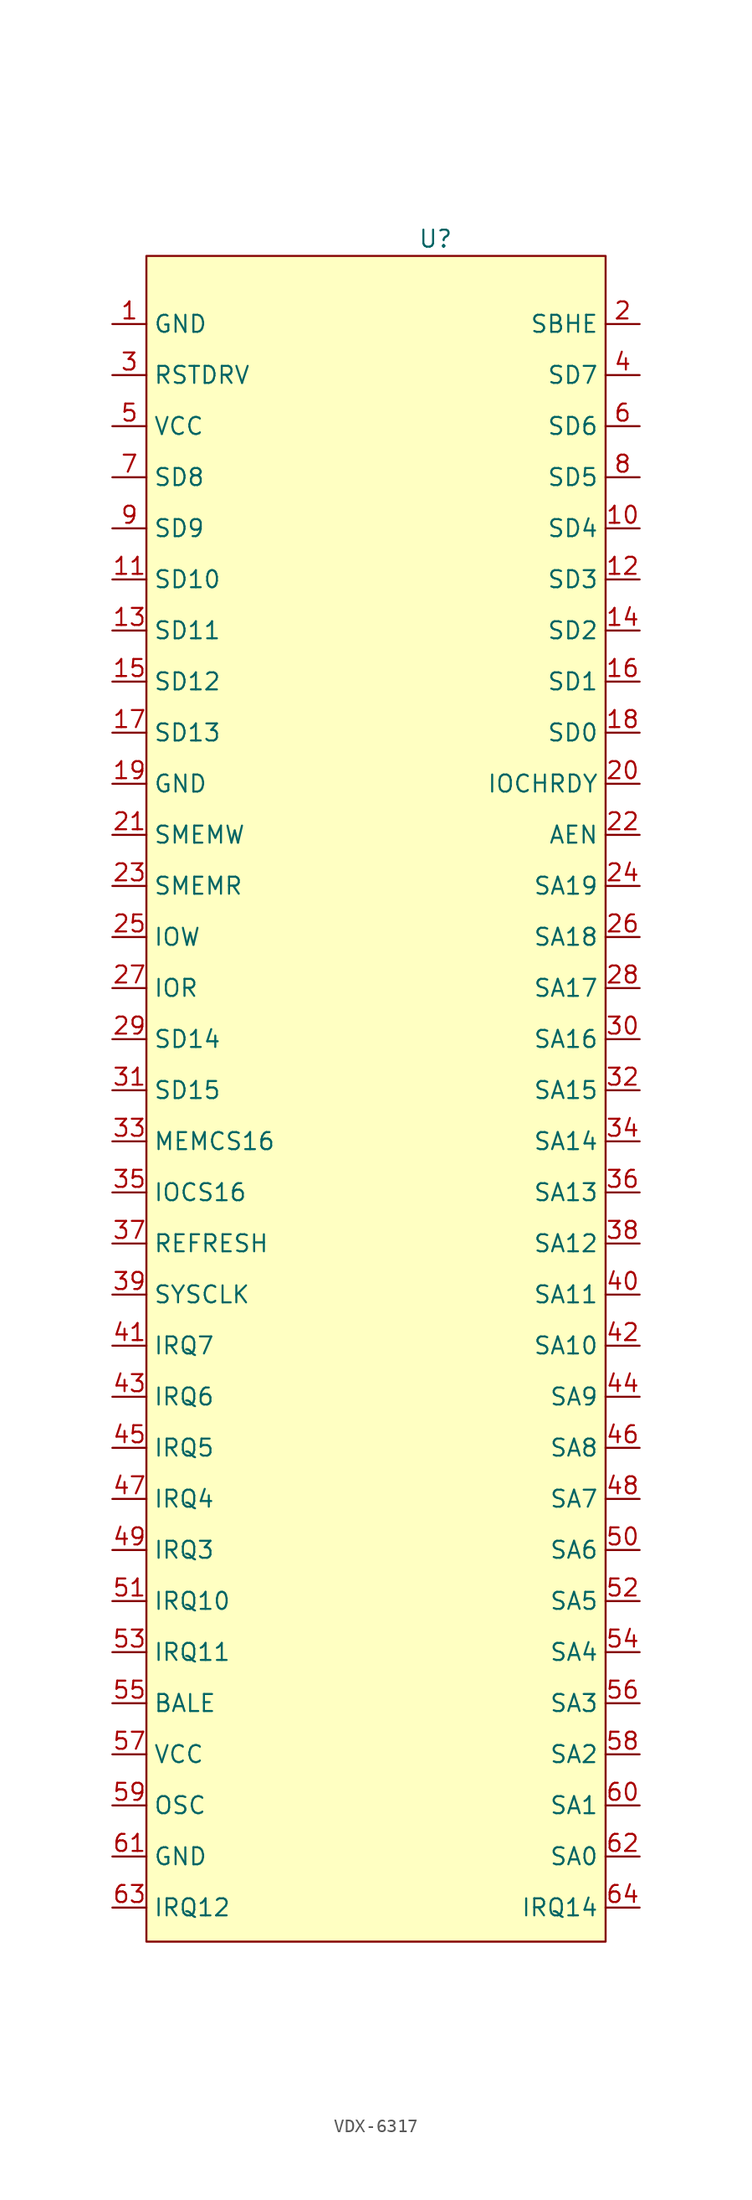
<source format=kicad_sym>
(kicad_symbol_lib
  (version 20220914)
  (generator kicad_symbol_editor)
  (symbol "VDX-6317"
    (property "Reference" "U"
      (at 5.08 58.42 0)
      (effects (font (size 1.27 1.27))))
    (property "Value" ""
      (at 20.32 54.61 0)
      (effects (font (size 1.27 1.27))))
    (symbol "VDX-6317_0_0"
      (pin unspecified line (at -19.05 52.07 0) (length 2.54) (name "GND" (effects (font (size 1.27 1.27)))) (number "1" (effects (font (size 1.27 1.27)))))
      (pin unspecified line (at 20.32 36.83 180) (length 2.54) (name "SD4" (effects (font (size 1.27 1.27)))) (number "10" (effects (font (size 1.27 1.27)))))
      (pin unspecified line (at -19.05 33.02 0) (length 2.54) (name "SD10" (effects (font (size 1.27 1.27)))) (number "11" (effects (font (size 1.27 1.27)))))
      (pin unspecified line (at 20.32 33.02 180) (length 2.54) (name "SD3" (effects (font (size 1.27 1.27)))) (number "12" (effects (font (size 1.27 1.27)))))
      (pin unspecified line (at -19.05 29.21 0) (length 2.54) (name "SD11" (effects (font (size 1.27 1.27)))) (number "13" (effects (font (size 1.27 1.27)))))
      (pin unspecified line (at 20.32 29.21 180) (length 2.54) (name "SD2" (effects (font (size 1.27 1.27)))) (number "14" (effects (font (size 1.27 1.27)))))
      (pin unspecified line (at -19.05 25.4 0) (length 2.54) (name "SD12" (effects (font (size 1.27 1.27)))) (number "15" (effects (font (size 1.27 1.27)))))
      (pin unspecified line (at 20.32 25.4 180) (length 2.54) (name "SD1" (effects (font (size 1.27 1.27)))) (number "16" (effects (font (size 1.27 1.27)))))
      (pin unspecified line (at -19.05 21.59 0) (length 2.54) (name "SD13" (effects (font (size 1.27 1.27)))) (number "17" (effects (font (size 1.27 1.27)))))
      (pin unspecified line (at 20.32 21.59 180) (length 2.54) (name "SD0" (effects (font (size 1.27 1.27)))) (number "18" (effects (font (size 1.27 1.27)))))
      (pin unspecified line (at -19.05 17.78 0) (length 2.54) (name "GND" (effects (font (size 1.27 1.27)))) (number "19" (effects (font (size 1.27 1.27)))))
      (pin unspecified line (at 20.32 52.07 180) (length 2.54) (name "SBHE" (effects (font (size 1.27 1.27)))) (number "2" (effects (font (size 1.27 1.27)))))
      (pin unspecified line (at 20.32 17.78 180) (length 2.54) (name "IOCHRDY" (effects (font (size 1.27 1.27)))) (number "20" (effects (font (size 1.27 1.27)))))
      (pin unspecified line (at -19.05 13.97 0) (length 2.54) (name "SMEMW" (effects (font (size 1.27 1.27)))) (number "21" (effects (font (size 1.27 1.27)))))
      (pin unspecified line (at 20.32 13.97 180) (length 2.54) (name "AEN" (effects (font (size 1.27 1.27)))) (number "22" (effects (font (size 1.27 1.27)))))
      (pin unspecified line (at -19.05 10.16 0) (length 2.54) (name "SMEMR" (effects (font (size 1.27 1.27)))) (number "23" (effects (font (size 1.27 1.27)))))
      (pin unspecified line (at 20.32 10.16 180) (length 2.54) (name "SA19" (effects (font (size 1.27 1.27)))) (number "24" (effects (font (size 1.27 1.27)))))
      (pin unspecified line (at -19.05 6.35 0) (length 2.54) (name "IOW" (effects (font (size 1.27 1.27)))) (number "25" (effects (font (size 1.27 1.27)))))
      (pin unspecified line (at 20.32 6.35 180) (length 2.54) (name "SA18" (effects (font (size 1.27 1.27)))) (number "26" (effects (font (size 1.27 1.27)))))
      (pin unspecified line (at -19.05 2.54 0) (length 2.54) (name "IOR" (effects (font (size 1.27 1.27)))) (number "27" (effects (font (size 1.27 1.27)))))
      (pin unspecified line (at 20.32 2.54 180) (length 2.54) (name "SA17" (effects (font (size 1.27 1.27)))) (number "28" (effects (font (size 1.27 1.27)))))
      (pin unspecified line (at -19.05 -1.27 0) (length 2.54) (name "SD14" (effects (font (size 1.27 1.27)))) (number "29" (effects (font (size 1.27 1.27)))))
      (pin unspecified line (at -19.05 48.26 0) (length 2.54) (name "RSTDRV" (effects (font (size 1.27 1.27)))) (number "3" (effects (font (size 1.27 1.27)))))
      (pin unspecified line (at 20.32 -1.27 180) (length 2.54) (name "SA16" (effects (font (size 1.27 1.27)))) (number "30" (effects (font (size 1.27 1.27)))))
      (pin unspecified line (at -19.05 -5.08 0) (length 2.54) (name "SD15" (effects (font (size 1.27 1.27)))) (number "31" (effects (font (size 1.27 1.27)))))
      (pin unspecified line (at 20.32 -5.08 180) (length 2.54) (name "SA15" (effects (font (size 1.27 1.27)))) (number "32" (effects (font (size 1.27 1.27)))))
      (pin unspecified line (at -19.05 -8.89 0) (length 2.54) (name "MEMCS16" (effects (font (size 1.27 1.27)))) (number "33" (effects (font (size 1.27 1.27)))))
      (pin unspecified line (at 20.32 -8.89 180) (length 2.54) (name "SA14" (effects (font (size 1.27 1.27)))) (number "34" (effects (font (size 1.27 1.27)))))
      (pin unspecified line (at -19.05 -12.7 0) (length 2.54) (name "IOCS16" (effects (font (size 1.27 1.27)))) (number "35" (effects (font (size 1.27 1.27)))))
      (pin unspecified line (at 20.32 -12.7 180) (length 2.54) (name "SA13" (effects (font (size 1.27 1.27)))) (number "36" (effects (font (size 1.27 1.27)))))
      (pin unspecified line (at -19.05 -16.51 0) (length 2.54) (name "REFRESH" (effects (font (size 1.27 1.27)))) (number "37" (effects (font (size 1.27 1.27)))))
      (pin unspecified line (at 20.32 -16.51 180) (length 2.54) (name "SA12" (effects (font (size 1.27 1.27)))) (number "38" (effects (font (size 1.27 1.27)))))
      (pin unspecified line (at -19.05 -20.32 0) (length 2.54) (name "SYSCLK" (effects (font (size 1.27 1.27)))) (number "39" (effects (font (size 1.27 1.27)))))
      (pin unspecified line (at 20.32 48.26 180) (length 2.54) (name "SD7" (effects (font (size 1.27 1.27)))) (number "4" (effects (font (size 1.27 1.27)))))
      (pin unspecified line (at 20.32 -20.32 180) (length 2.54) (name "SA11" (effects (font (size 1.27 1.27)))) (number "40" (effects (font (size 1.27 1.27)))))
      (pin unspecified line (at -19.05 -24.13 0) (length 2.54) (name "IRQ7" (effects (font (size 1.27 1.27)))) (number "41" (effects (font (size 1.27 1.27)))))
      (pin unspecified line (at 20.32 -24.13 180) (length 2.54) (name "SA10" (effects (font (size 1.27 1.27)))) (number "42" (effects (font (size 1.27 1.27)))))
      (pin unspecified line (at -19.05 -27.94 0) (length 2.54) (name "IRQ6" (effects (font (size 1.27 1.27)))) (number "43" (effects (font (size 1.27 1.27)))))
      (pin unspecified line (at 20.32 -27.94 180) (length 2.54) (name "SA9" (effects (font (size 1.27 1.27)))) (number "44" (effects (font (size 1.27 1.27)))))
      (pin unspecified line (at -19.05 -31.75 0) (length 2.54) (name "IRQ5" (effects (font (size 1.27 1.27)))) (number "45" (effects (font (size 1.27 1.27)))))
      (pin unspecified line (at 20.32 -31.75 180) (length 2.54) (name "SA8" (effects (font (size 1.27 1.27)))) (number "46" (effects (font (size 1.27 1.27)))))
      (pin unspecified line (at -19.05 -35.56 0) (length 2.54) (name "IRQ4" (effects (font (size 1.27 1.27)))) (number "47" (effects (font (size 1.27 1.27)))))
      (pin unspecified line (at 20.32 -35.56 180) (length 2.54) (name "SA7" (effects (font (size 1.27 1.27)))) (number "48" (effects (font (size 1.27 1.27)))))
      (pin unspecified line (at -19.05 -39.37 0) (length 2.54) (name "IRQ3" (effects (font (size 1.27 1.27)))) (number "49" (effects (font (size 1.27 1.27)))))
      (pin unspecified line (at -19.05 44.45 0) (length 2.54) (name "VCC" (effects (font (size 1.27 1.27)))) (number "5" (effects (font (size 1.27 1.27)))))
      (pin unspecified line (at 20.32 -39.37 180) (length 2.54) (name "SA6" (effects (font (size 1.27 1.27)))) (number "50" (effects (font (size 1.27 1.27)))))
      (pin unspecified line (at -19.05 -43.18 0) (length 2.54) (name "IRQ10" (effects (font (size 1.27 1.27)))) (number "51" (effects (font (size 1.27 1.27)))))
      (pin unspecified line (at 20.32 -43.18 180) (length 2.54) (name "SA5" (effects (font (size 1.27 1.27)))) (number "52" (effects (font (size 1.27 1.27)))))
      (pin unspecified line (at -19.05 -46.99 0) (length 2.54) (name "IRQ11" (effects (font (size 1.27 1.27)))) (number "53" (effects (font (size 1.27 1.27)))))
      (pin unspecified line (at 20.32 -46.99 180) (length 2.54) (name "SA4" (effects (font (size 1.27 1.27)))) (number "54" (effects (font (size 1.27 1.27)))))
      (pin unspecified line (at -19.05 -50.8 0) (length 2.54) (name "BALE" (effects (font (size 1.27 1.27)))) (number "55" (effects (font (size 1.27 1.27)))))
      (pin unspecified line (at 20.32 -50.8 180) (length 2.54) (name "SA3" (effects (font (size 1.27 1.27)))) (number "56" (effects (font (size 1.27 1.27)))))
      (pin unspecified line (at -19.05 -54.61 0) (length 2.54) (name "VCC" (effects (font (size 1.27 1.27)))) (number "57" (effects (font (size 1.27 1.27)))))
      (pin unspecified line (at 20.32 -54.61 180) (length 2.54) (name "SA2" (effects (font (size 1.27 1.27)))) (number "58" (effects (font (size 1.27 1.27)))))
      (pin unspecified line (at -19.05 -58.42 0) (length 2.54) (name "OSC" (effects (font (size 1.27 1.27)))) (number "59" (effects (font (size 1.27 1.27)))))
      (pin unspecified line (at 20.32 44.45 180) (length 2.54) (name "SD6" (effects (font (size 1.27 1.27)))) (number "6" (effects (font (size 1.27 1.27)))))
      (pin unspecified line (at 20.32 -58.42 180) (length 2.54) (name "SA1" (effects (font (size 1.27 1.27)))) (number "60" (effects (font (size 1.27 1.27)))))
      (pin unspecified line (at -19.05 -62.23 0) (length 2.54) (name "GND" (effects (font (size 1.27 1.27)))) (number "61" (effects (font (size 1.27 1.27)))))
      (pin unspecified line (at 20.32 -62.23 180) (length 2.54) (name "SA0" (effects (font (size 1.27 1.27)))) (number "62" (effects (font (size 1.27 1.27)))))
      (pin unspecified line (at -19.05 -66.04 0) (length 2.54) (name "IRQ12" (effects (font (size 1.27 1.27)))) (number "63" (effects (font (size 1.27 1.27)))))
      (pin unspecified line (at 20.32 -66.04 180) (length 2.54) (name "IRQ14" (effects (font (size 1.27 1.27)))) (number "64" (effects (font (size 1.27 1.27)))))
      (pin unspecified line (at -19.05 40.64 0) (length 2.54) (name "SD8" (effects (font (size 1.27 1.27)))) (number "7" (effects (font (size 1.27 1.27)))))
      (pin unspecified line (at 20.32 40.64 180) (length 2.54) (name "SD5" (effects (font (size 1.27 1.27)))) (number "8" (effects (font (size 1.27 1.27)))))
      (pin unspecified line (at -19.05 36.83 0) (length 2.54) (name "SD9" (effects (font (size 1.27 1.27)))) (number "9" (effects (font (size 1.27 1.27))))))
    (symbol "VDX-6317_0_1"
      (rectangle (start -16.51 57.15) (end 17.78 -68.58) (stroke (width 0) (type default)) (fill (type background))))))
</source>
